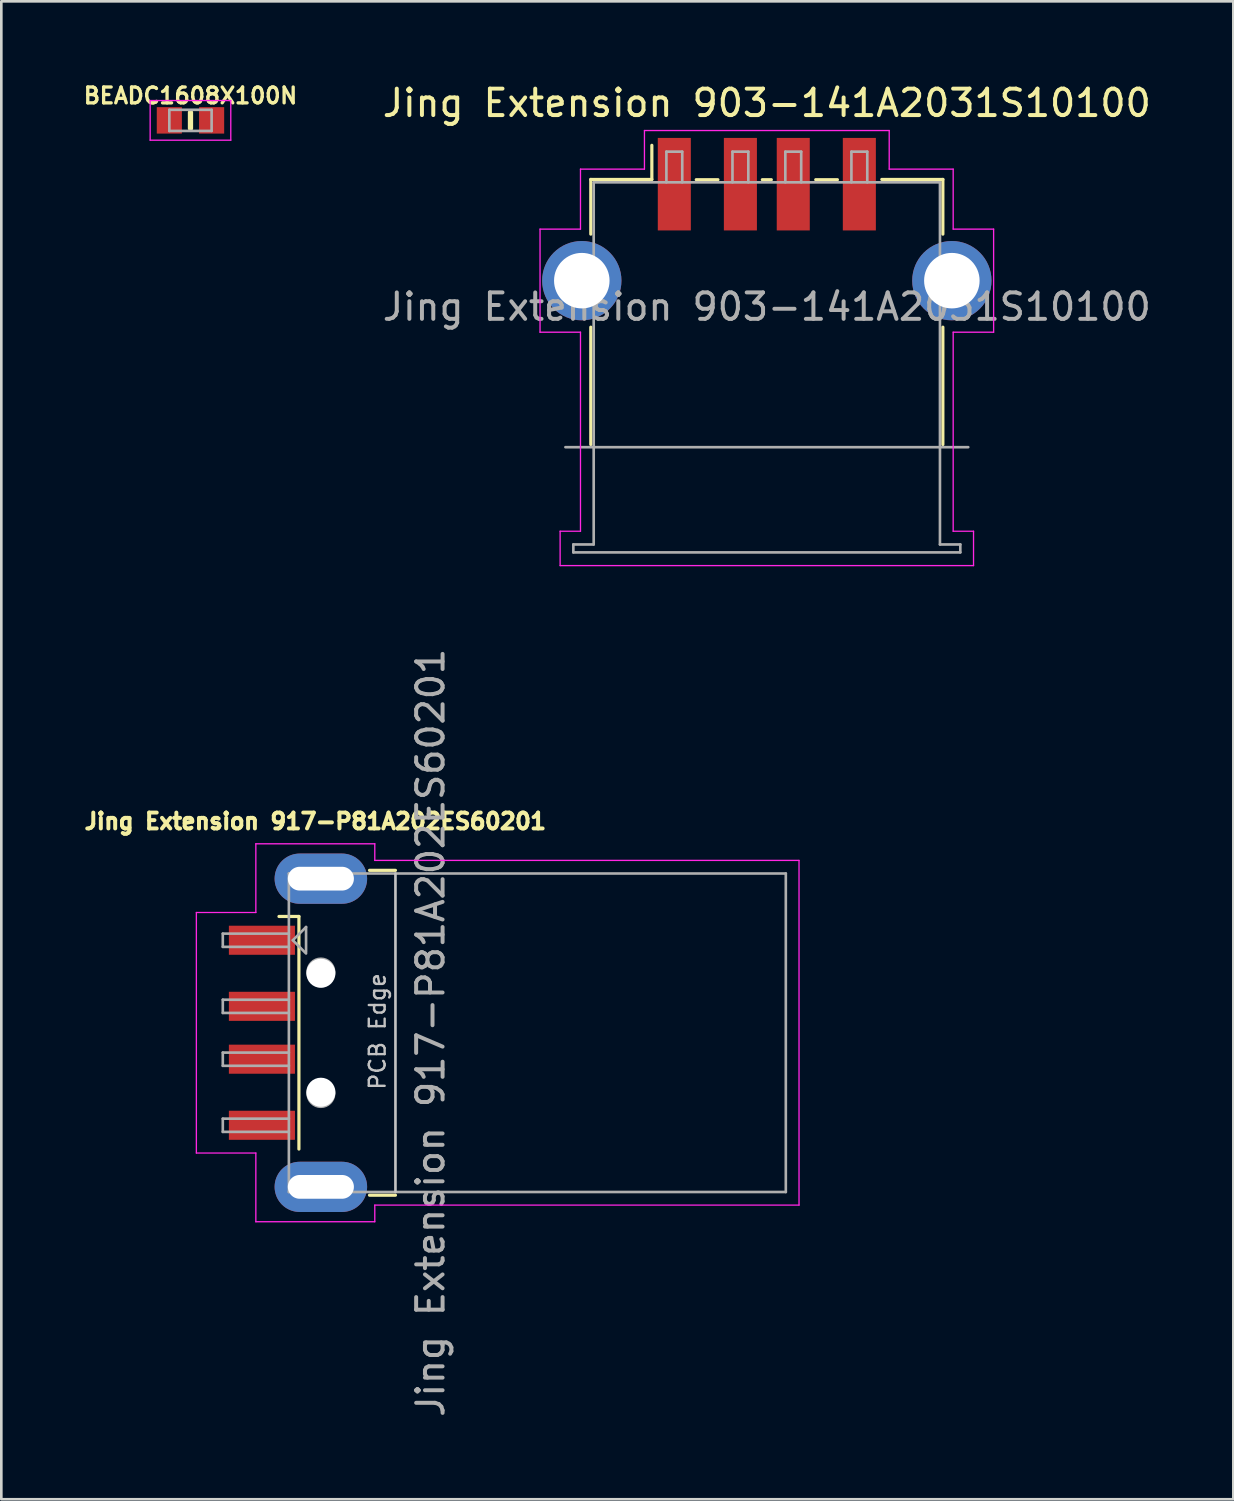
<source format=kicad_pcb>
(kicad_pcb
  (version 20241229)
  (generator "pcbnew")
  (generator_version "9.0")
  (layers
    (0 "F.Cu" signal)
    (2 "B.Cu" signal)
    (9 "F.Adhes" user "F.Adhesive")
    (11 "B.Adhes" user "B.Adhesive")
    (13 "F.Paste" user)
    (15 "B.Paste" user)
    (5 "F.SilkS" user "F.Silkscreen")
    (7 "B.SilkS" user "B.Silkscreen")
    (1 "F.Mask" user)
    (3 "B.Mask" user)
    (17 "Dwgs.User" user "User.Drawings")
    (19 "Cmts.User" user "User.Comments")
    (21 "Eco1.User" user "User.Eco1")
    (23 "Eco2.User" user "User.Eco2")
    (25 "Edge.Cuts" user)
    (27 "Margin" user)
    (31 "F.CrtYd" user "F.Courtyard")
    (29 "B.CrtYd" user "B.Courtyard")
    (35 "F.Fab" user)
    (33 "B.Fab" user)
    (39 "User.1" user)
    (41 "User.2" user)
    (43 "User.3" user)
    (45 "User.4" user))
  (footprint "BEADC1608X100N"
    (layer "F.Cu")
    (at 4.156 1.504)
    (property "Reference" "BEADC1608X100N" (at 0 -0.934 0) (layer "F.SilkS") (effects (font (size 0.6 0.6) (thickness 0.125))))
    (attr smd)
    (fp_line (start 0 -0.3) (end 0 0.3) (stroke (width 0.2) (type solid)) (layer "F.SilkS"))
    (fp_line (start -1.525 -0.75) (end 1.525 -0.75) (stroke (width 0.05) (type solid)) (layer "F.CrtYd"))
    (fp_line (start -1.525 0.75) (end -1.525 -0.75) (stroke (width 0.05) (type solid)) (layer "F.CrtYd"))
    (fp_line (start 1.525 -0.75) (end 1.525 0.75) (stroke (width 0.05) (type solid)) (layer "F.CrtYd"))
    (fp_line (start 1.525 0.75) (end -1.525 0.75) (stroke (width 0.05) (type solid)) (layer "F.CrtYd"))
    (fp_line (start -0.8 -0.4) (end 0.8 -0.4) (stroke (width 0.1) (type solid)) (layer "F.Fab"))
    (fp_line (start -0.8 0.4) (end -0.8 -0.4) (stroke (width 0.1) (type solid)) (layer "F.Fab"))
    (fp_line (start 0.8 -0.4) (end 0.8 0.4) (stroke (width 0.1) (type solid)) (layer "F.Fab"))
    (fp_line (start 0.8 0.4) (end -0.8 0.4) (stroke (width 0.1) (type solid)) (layer "F.Fab"))
    (pad "1" smd rect (at -0.8 0) (size 0.95 1) (layers "F.Cu" "F.Mask" "F.Paste"))
    (pad "2" smd rect (at 0.8 0) (size 0.95 1) (layers "F.Cu" "F.Mask" "F.Paste")))
  (footprint "Jing Extension 917-P81A202ES60201"
    (layer "F.Cu")
    (at 7.974 36.022)
    (property "Reference" "Jing Extension 917-P81A202ES60201" (at 0.905 -8 0) (layer "F.SilkS") (effects (font (size 0.6 0.6) (thickness 0.15))))
    (attr smd)
    (fp_line (start 0.285 -4.4) (end -0.47 -4.4) (stroke (width 0.12) (type solid)) (layer "F.SilkS"))
    (fp_line (start 0.285 -4.4) (end 0.285 4.4) (stroke (width 0.12) (type solid)) (layer "F.SilkS"))
    (fp_line (start 2.955 -6.145) (end 3.937 -6.145) (stroke (width 0.12) (type solid)) (layer "F.SilkS"))
    (fp_line (start 2.955 6.145) (end 3.937 6.145) (stroke (width 0.12) (type solid)) (layer "F.SilkS"))
    (fp_line (start 3.937 6.025) (end 3.937 -6.025) (stroke (width 0.1) (type solid)) (layer "Dwgs.User"))
    (fp_line (start -3.595 -4.55) (end -1.345 -4.55) (stroke (width 0.05) (type solid)) (layer "F.CrtYd"))
    (fp_line (start -3.595 4.55) (end -3.595 -4.55) (stroke (width 0.05) (type solid)) (layer "F.CrtYd"))
    (fp_line (start -3.595 4.55) (end -1.345 4.55) (stroke (width 0.05) (type solid)) (layer "F.CrtYd"))
    (fp_line (start -1.345 -7.15) (end -1.345 -4.55) (stroke (width 0.05) (type solid)) (layer "F.CrtYd"))
    (fp_line (start -1.345 -7.15) (end 3.155 -7.15) (stroke (width 0.05) (type solid)) (layer "F.CrtYd"))
    (fp_line (start -1.345 4.55) (end -1.345 7.15) (stroke (width 0.05) (type solid)) (layer "F.CrtYd"))
    (fp_line (start -1.345 7.15) (end 3.155 7.15) (stroke (width 0.05) (type solid)) (layer "F.CrtYd"))
    (fp_line (start 3.155 -6.52) (end 3.155 -7.15) (stroke (width 0.05) (type solid)) (layer "F.CrtYd"))
    (fp_line (start 3.155 -6.52) (end 19.205 -6.52) (stroke (width 0.05) (type solid)) (layer "F.CrtYd"))
    (fp_line (start 3.155 6.52) (end 19.205 6.52) (stroke (width 0.05) (type solid)) (layer "F.CrtYd"))
    (fp_line (start 3.155 7.15) (end 3.155 6.52) (stroke (width 0.05) (type solid)) (layer "F.CrtYd"))
    (fp_line (start 19.205 6.52) (end 19.205 -6.52) (stroke (width 0.05) (type solid)) (layer "F.CrtYd"))
    (fp_line (start -2.595 -3.75) (end -0.095 -3.75) (stroke (width 0.1) (type solid)) (layer "F.Fab"))
    (fp_line (start -2.595 -3.25) (end -2.595 -3.75) (stroke (width 0.1) (type solid)) (layer "F.Fab"))
    (fp_line (start -2.595 -3.25) (end -0.095 -3.25) (stroke (width 0.1) (type solid)) (layer "F.Fab"))
    (fp_line (start -2.595 -1.25) (end -0.095 -1.25) (stroke (width 0.1) (type solid)) (layer "F.Fab"))
    (fp_line (start -2.595 -0.75) (end -2.595 -1.25) (stroke (width 0.1) (type solid)) (layer "F.Fab"))
    (fp_line (start -2.595 -0.75) (end -0.095 -0.75) (stroke (width 0.1) (type solid)) (layer "F.Fab"))
    (fp_line (start -2.595 0.75) (end -0.095 0.75) (stroke (width 0.1) (type solid)) (layer "F.Fab"))
    (fp_line (start -2.595 1.25) (end -2.595 0.75) (stroke (width 0.1) (type solid)) (layer "F.Fab"))
    (fp_line (start -2.595 1.25) (end -0.095 1.25) (stroke (width 0.1) (type solid)) (layer "F.Fab"))
    (fp_line (start -2.595 3.25) (end -0.095 3.25) (stroke (width 0.1) (type solid)) (layer "F.Fab"))
    (fp_line (start -2.595 3.75) (end -2.595 3.25) (stroke (width 0.1) (type solid)) (layer "F.Fab"))
    (fp_line (start -2.595 3.75) (end -0.095 3.75) (stroke (width 0.1) (type solid)) (layer "F.Fab"))
    (fp_line (start -0.095 -6.025) (end 18.705 -6.025) (stroke (width 0.1) (type solid)) (layer "F.Fab"))
    (fp_line (start -0.095 6.025) (end -0.095 -6.025) (stroke (width 0.1) (type solid)) (layer "F.Fab"))
    (fp_line (start -0.095 6.025) (end 18.705 6.025) (stroke (width 0.1) (type solid)) (layer "F.Fab"))
    (fp_line (start 0.055 -3.5) (end 0.555 -4) (stroke (width 0.1) (type solid)) (layer "F.Fab"))
    (fp_line (start 0.055 -3.5) (end 0.555 -3) (stroke (width 0.1) (type solid)) (layer "F.Fab"))
    (fp_line (start 0.555 -4) (end 0.555 -3.05) (stroke (width 0.1) (type solid)) (layer "F.Fab"))
    (fp_line (start 18.705 6.025) (end 18.705 -6.025) (stroke (width 0.1) (type solid)) (layer "F.Fab"))
    (fp_circle (center 1.115 -2.3) (end 1.615 -2.3) (stroke (width 0.1) (type solid)) (fill no) (layer "F.Fab"))
    (fp_circle (center 1.115 2.3) (end 1.615 2.3) (stroke (width 0.1) (type solid)) (fill no) (layer "F.Fab"))
    (fp_text user "PCB Edge" (at 3.255 -0.05 90) (layer "Dwgs.User") (effects (font (size 0.6 0.6) (thickness 0.09))))
    (fp_text user "${REFERENCE}" (at 5.265 0 90) (layer "F.Fab") (effects (font (size 1 1) (thickness 0.15))))
    (pad "" np_thru_hole circle (at 1.115 -2.25) (size 1.1 1.1) (drill 1.1) (layers "*.Cu" "*.Mask"))
    (pad "" np_thru_hole circle (at 1.115 2.25) (size 1.1 1.1) (drill 1.1) (layers "*.Cu" "*.Mask"))
    (pad "1" smd rect (at -1.115 -3.5) (size 2.5 1.1) (layers "F.Cu" "F.Mask" "F.Paste"))
    (pad "2" smd rect (at -1.115 -1) (size 2.5 1.1) (layers "F.Cu" "F.Mask" "F.Paste"))
    (pad "3" smd rect (at -1.115 1) (size 2.5 1.1) (layers "F.Cu" "F.Mask" "F.Paste"))
    (pad "4" smd rect (at -1.115 3.5) (size 2.5 1.1) (layers "F.Cu" "F.Mask" "F.Paste"))
    (pad "5" thru_hole oval (at 1.115 -5.83) (size 3.5 1.9) (drill oval 2.5 0.9) (layers "*.Cu" "*.Mask"))
    (pad "5" thru_hole oval (at 1.115 5.83) (size 3.5 1.9) (drill oval 2.5 0.9) (layers "*.Cu" "*.Mask")))
  (footprint "Jing Extension 903-141A2031S10100"
    (layer "F.Cu")
    (at 25.961 5.868)
    (property "Reference" "Jing Extension 903-141A2031S10100" (at 0 -5.02 0) (layer "F.SilkS") (effects (font (size 1 1) (thickness 0.15))))
    (attr smd)
    (fp_line (start -6.66 -2.13) (end -6.66 -0.06) (stroke (width 0.12) (type solid)) (layer "F.SilkS"))
    (fp_line (start -6.66 -2.13) (end -4.35 -2.13) (stroke (width 0.12) (type solid)) (layer "F.SilkS"))
    (fp_line (start -6.66 7.9) (end -6.66 3.46) (stroke (width 0.12) (type solid)) (layer "F.SilkS"))
    (fp_line (start -4.35 -3.42) (end -4.35 -2.13) (stroke (width 0.12) (type solid)) (layer "F.SilkS"))
    (fp_line (start -2.67 -2.12) (end -1.85 -2.12) (stroke (width 0.12) (type solid)) (layer "F.SilkS"))
    (fp_line (start -0.17 -2.12) (end 0.17 -2.12) (stroke (width 0.12) (type solid)) (layer "F.SilkS"))
    (fp_line (start 1.85 -2.12) (end 2.67 -2.12) (stroke (width 0.12) (type solid)) (layer "F.SilkS"))
    (fp_line (start 4.35 -2.13) (end 6.66 -2.13) (stroke (width 0.12) (type solid)) (layer "F.SilkS"))
    (fp_line (start 6.66 -2.13) (end 6.66 -0.06) (stroke (width 0.12) (type solid)) (layer "F.SilkS"))
    (fp_line (start 6.66 3.46) (end 6.66 7.9) (stroke (width 0.12) (type solid)) (layer "F.SilkS"))
    (fp_line (start -8.58 -0.25) (end -8.58 3.65) (stroke (width 0.05) (type solid)) (layer "F.CrtYd"))
    (fp_line (start -7.82 11.18) (end -7.05 11.18) (stroke (width 0.05) (type solid)) (layer "F.CrtYd"))
    (fp_line (start -7.82 12.48) (end -7.82 11.18) (stroke (width 0.05) (type solid)) (layer "F.CrtYd"))
    (fp_line (start -7.82 12.48) (end 7.82 12.48) (stroke (width 0.05) (type solid)) (layer "F.CrtYd"))
    (fp_line (start -7.05 -2.52) (end -7.05 -0.25) (stroke (width 0.05) (type solid)) (layer "F.CrtYd"))
    (fp_line (start -7.05 -2.52) (end -4.63 -2.52) (stroke (width 0.05) (type solid)) (layer "F.CrtYd"))
    (fp_line (start -7.05 -0.25) (end -8.58 -0.25) (stroke (width 0.05) (type solid)) (layer "F.CrtYd"))
    (fp_line (start -7.05 3.65) (end -8.58 3.65) (stroke (width 0.05) (type solid)) (layer "F.CrtYd"))
    (fp_line (start -7.05 11.18) (end -7.05 3.65) (stroke (width 0.05) (type solid)) (layer "F.CrtYd"))
    (fp_line (start -4.63 -3.98) (end -4.63 -2.52) (stroke (width 0.05) (type solid)) (layer "F.CrtYd"))
    (fp_line (start -4.63 -3.98) (end 4.63 -3.98) (stroke (width 0.05) (type solid)) (layer "F.CrtYd"))
    (fp_line (start 4.63 -3.98) (end 4.63 -2.52) (stroke (width 0.05) (type solid)) (layer "F.CrtYd"))
    (fp_line (start 4.63 -2.52) (end 7.05 -2.52) (stroke (width 0.05) (type solid)) (layer "F.CrtYd"))
    (fp_line (start 7.05 -2.52) (end 7.05 -0.25) (stroke (width 0.05) (type solid)) (layer "F.CrtYd"))
    (fp_line (start 7.05 11.18) (end 7.05 3.65) (stroke (width 0.05) (type solid)) (layer "F.CrtYd"))
    (fp_line (start 7.82 11.18) (end 7.05 11.18) (stroke (width 0.05) (type solid)) (layer "F.CrtYd"))
    (fp_line (start 7.82 12.48) (end 7.82 11.18) (stroke (width 0.05) (type solid)) (layer "F.CrtYd"))
    (fp_line (start 8.58 -0.25) (end 7.05 -0.25) (stroke (width 0.05) (type solid)) (layer "F.CrtYd"))
    (fp_line (start 8.58 -0.25) (end 8.58 3.65) (stroke (width 0.05) (type solid)) (layer "F.CrtYd"))
    (fp_line (start 8.58 3.65) (end 7.05 3.65) (stroke (width 0.05) (type solid)) (layer "F.CrtYd"))
    (fp_line (start -7.62 8) (end 7.62 8) (stroke (width 0.1) (type solid)) (layer "F.Fab"))
    (fp_line (start -7.32 11.68) (end -7.32 11.98) (stroke (width 0.1) (type solid)) (layer "F.Fab"))
    (fp_line (start -7.32 11.98) (end 7.32 11.98) (stroke (width 0.1) (type solid)) (layer "F.Fab"))
    (fp_line (start -6.55 -2.02) (end 6.55 -2.02) (stroke (width 0.1) (type solid)) (layer "F.Fab"))
    (fp_line (start -6.55 11.68) (end -7.32 11.68) (stroke (width 0.1) (type solid)) (layer "F.Fab"))
    (fp_line (start -6.55 11.68) (end -6.55 -2.02) (stroke (width 0.1) (type solid)) (layer "F.Fab"))
    (fp_line (start -3.8 -3.18) (end -3.8 -2.02) (stroke (width 0.1) (type solid)) (layer "F.Fab"))
    (fp_line (start -3.8 -3.18) (end -3.2 -3.18) (stroke (width 0.1) (type solid)) (layer "F.Fab"))
    (fp_line (start -3.2 -3.18) (end -3.2 -2.02) (stroke (width 0.1) (type solid)) (layer "F.Fab"))
    (fp_line (start -1.3 -3.18) (end -1.3 -2.02) (stroke (width 0.1) (type solid)) (layer "F.Fab"))
    (fp_line (start -1.3 -3.18) (end -0.7 -3.18) (stroke (width 0.1) (type solid)) (layer "F.Fab"))
    (fp_line (start -0.7 -3.18) (end -0.7 -2.02) (stroke (width 0.1) (type solid)) (layer "F.Fab"))
    (fp_line (start 0.7 -3.18) (end 0.7 -2.02) (stroke (width 0.1) (type solid)) (layer "F.Fab"))
    (fp_line (start 0.7 -3.18) (end 1.3 -3.18) (stroke (width 0.1) (type solid)) (layer "F.Fab"))
    (fp_line (start 1.3 -3.18) (end 1.3 -2.02) (stroke (width 0.1) (type solid)) (layer "F.Fab"))
    (fp_line (start 3.2 -3.18) (end 3.2 -2.02) (stroke (width 0.1) (type solid)) (layer "F.Fab"))
    (fp_line (start 3.2 -3.18) (end 3.8 -3.18) (stroke (width 0.1) (type solid)) (layer "F.Fab"))
    (fp_line (start 3.8 -3.18) (end 3.8 -2.02) (stroke (width 0.1) (type solid)) (layer "F.Fab"))
    (fp_line (start 6.55 -2.02) (end 6.55 11.68) (stroke (width 0.1) (type solid)) (layer "F.Fab"))
    (fp_line (start 7.32 11.68) (end 6.55 11.68) (stroke (width 0.1) (type solid)) (layer "F.Fab"))
    (fp_line (start 7.32 11.98) (end 7.32 11.68) (stroke (width 0.1) (type solid)) (layer "F.Fab"))
    (fp_text user "${REFERENCE}" (at 0 2.69 0) (layer "F.Fab") (effects (font (size 1 1) (thickness 0.15))))
    (pad "1" smd rect (at -3.5 -1.95) (size 1.25 3.5) (layers "F.Cu" "F.Mask" "F.Paste"))
    (pad "2" smd rect (at -1 -1.95) (size 1.25 3.5) (layers "F.Cu" "F.Mask" "F.Paste"))
    (pad "3" smd rect (at 1 -1.95) (size 1.25 3.5) (layers "F.Cu" "F.Mask" "F.Paste"))
    (pad "4" smd rect (at 3.5 -1.95) (size 1.25 3.5) (layers "F.Cu" "F.Mask" "F.Paste"))
    (pad "5" thru_hole circle (at -7 1.7) (size 3 3) (drill 2.1) (layers "*.Cu" "*.Mask"))
    (pad "5" thru_hole circle (at 7 1.7) (size 3 3) (drill 2.1) (layers "*.Cu" "*.Mask")))
  (gr_rect
    (start -3 -3)
    (end 43.61 53.671)
    (stroke (width 0.1) (type default))
    (fill no)
    (layer "Edge.Cuts")))
</source>
